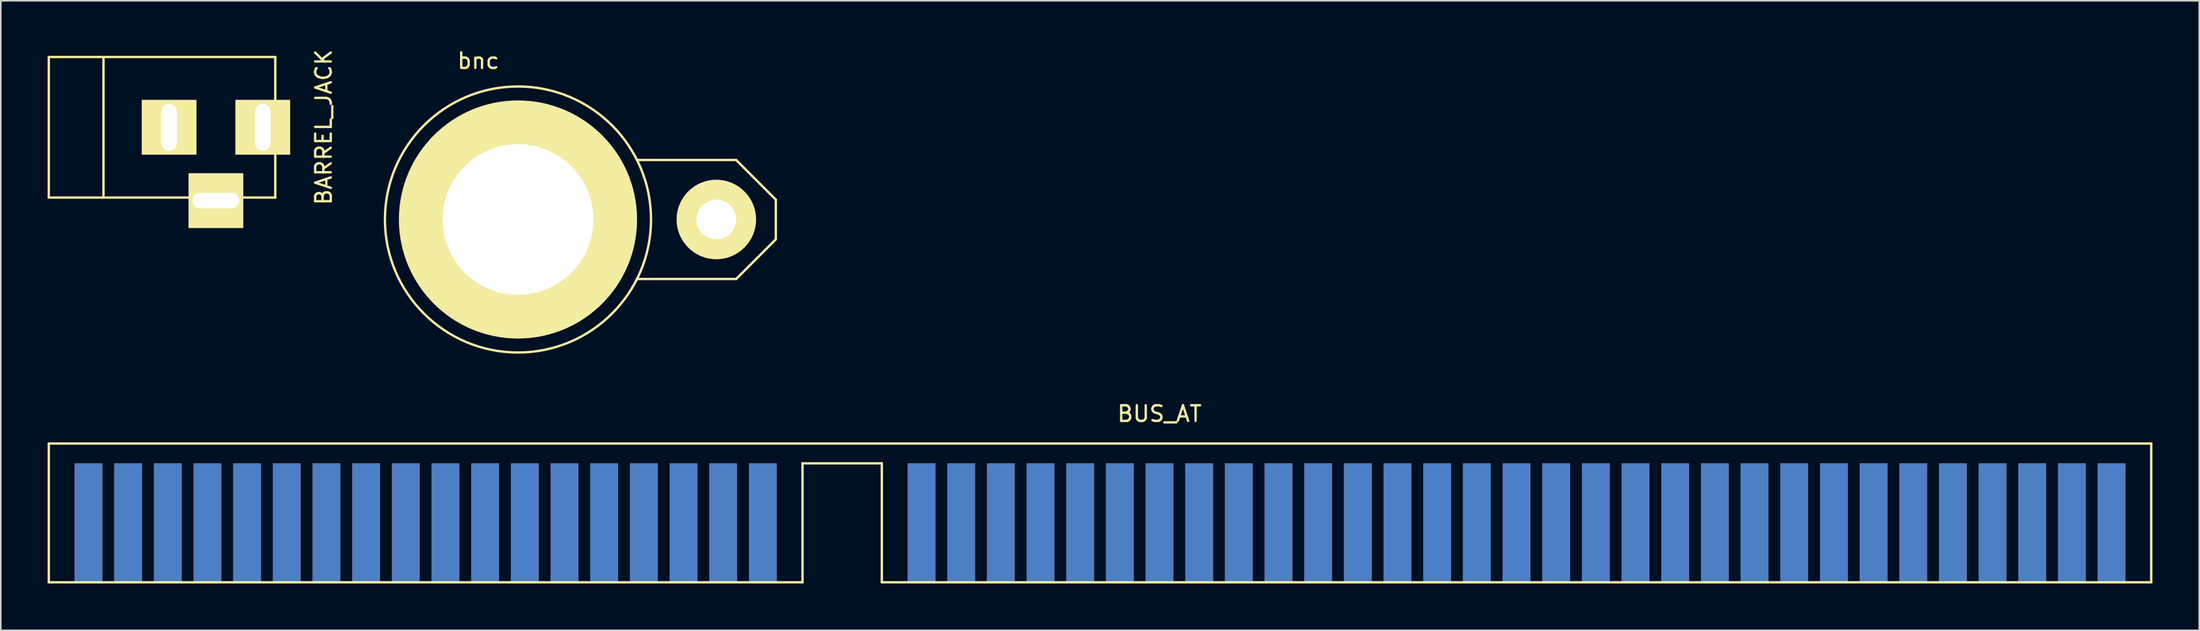
<source format=kicad_pcb>
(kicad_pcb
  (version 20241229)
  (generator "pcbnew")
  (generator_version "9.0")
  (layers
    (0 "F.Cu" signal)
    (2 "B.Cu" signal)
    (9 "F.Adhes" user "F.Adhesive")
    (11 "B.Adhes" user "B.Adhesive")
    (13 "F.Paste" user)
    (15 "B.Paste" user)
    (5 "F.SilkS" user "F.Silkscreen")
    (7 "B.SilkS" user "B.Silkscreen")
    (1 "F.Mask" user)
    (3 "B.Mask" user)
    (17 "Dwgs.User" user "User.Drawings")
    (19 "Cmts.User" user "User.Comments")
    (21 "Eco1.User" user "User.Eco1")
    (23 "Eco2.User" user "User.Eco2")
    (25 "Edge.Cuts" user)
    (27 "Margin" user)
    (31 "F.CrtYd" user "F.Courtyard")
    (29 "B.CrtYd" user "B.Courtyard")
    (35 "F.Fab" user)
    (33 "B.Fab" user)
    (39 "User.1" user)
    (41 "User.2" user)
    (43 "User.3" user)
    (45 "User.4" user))
  (footprint "bnc"
    (layer "F.Cu")
    (at 30.117 11.008)
    (property "Reference" "bnc" (at -2.54 -10.16 0) (layer "F.SilkS") (effects (font (size 1 1) (thickness 0.15))))
    (attr through_hole)
    (fp_line (start 7.62 3.81) (end 13.97 3.81) (stroke (width 0.15) (type solid)) (layer "F.SilkS"))
    (fp_line (start 13.97 -3.81) (end 7.62 -3.81) (stroke (width 0.15) (type solid)) (layer "F.SilkS"))
    (fp_line (start 13.97 3.81) (end 16.51 1.27) (stroke (width 0.15) (type solid)) (layer "F.SilkS"))
    (fp_line (start 16.51 -1.27) (end 13.97 -3.81) (stroke (width 0.15) (type solid)) (layer "F.SilkS"))
    (fp_line (start 16.51 1.27) (end 16.51 -1.27) (stroke (width 0.15) (type solid)) (layer "F.SilkS"))
    (fp_circle (center 0 0) (end 7.62 3.81) (stroke (width 0.15) (type solid)) (fill no) (layer "F.SilkS"))
    (pad "1" thru_hole circle (at 12.7 0) (size 5.08 5.08) (drill 2.54) (layers "*.Cu" "*.Mask" "F.SilkS"))
    (pad "2" thru_hole circle (at 0 0) (size 15.24 15.24) (drill 9.652) (layers "*.Cu" "*.Mask" "F.SilkS")))
  (footprint "BUS_AT"
    (layer "F.Cu")
    (at 94.055 30.436)
    (property "Reference" "BUS_AT" (at -22.86 -6.985 0) (layer "F.SilkS") (effects (font (size 1 1) (thickness 0.15))))
    (attr through_hole)
    (fp_line (start -93.98 -5.08) (end 40.64 -5.08) (stroke (width 0.15) (type solid)) (layer "F.SilkS"))
    (fp_line (start -93.98 3.81) (end -93.98 -5.08) (stroke (width 0.15) (type solid)) (layer "F.SilkS"))
    (fp_line (start -45.72 -3.81) (end -45.72 3.81) (stroke (width 0.15) (type solid)) (layer "F.SilkS"))
    (fp_line (start -45.72 3.81) (end -93.98 3.81) (stroke (width 0.15) (type solid)) (layer "F.SilkS"))
    (fp_line (start -40.64 -3.81) (end -45.72 -3.81) (stroke (width 0.15) (type solid)) (layer "F.SilkS"))
    (fp_line (start -40.64 3.81) (end -40.64 -3.81) (stroke (width 0.15) (type solid)) (layer "F.SilkS"))
    (fp_line (start 40.64 -5.08) (end 40.64 3.81) (stroke (width 0.15) (type solid)) (layer "F.SilkS"))
    (fp_line (start 40.64 3.81) (end -40.64 3.81) (stroke (width 0.15) (type solid)) (layer "F.SilkS"))
    (pad "1" connect rect (at 38.1 0) (size 1.778 7.62) (layers "B.Cu" "B.Mask"))
    (pad "2" connect rect (at 35.56 0) (size 1.778 7.62) (layers "B.Cu" "B.Mask"))
    (pad "3" connect rect (at 33.02 0) (size 1.778 7.62) (layers "B.Cu" "B.Mask"))
    (pad "4" connect rect (at 30.48 0) (size 1.778 7.62) (layers "B.Cu" "B.Mask"))
    (pad "5" connect rect (at 27.94 0) (size 1.778 7.62) (layers "B.Cu" "B.Mask"))
    (pad "6" connect rect (at 25.4 0) (size 1.778 7.62) (layers "B.Cu" "B.Mask"))
    (pad "7" connect rect (at 22.86 0) (size 1.778 7.62) (layers "B.Cu" "B.Mask"))
    (pad "8" connect rect (at 20.32 0) (size 1.778 7.62) (layers "B.Cu" "B.Mask"))
    (pad "9" connect rect (at 17.78 0) (size 1.778 7.62) (layers "B.Cu" "B.Mask"))
    (pad "10" connect rect (at 15.24 0) (size 1.778 7.62) (layers "B.Cu" "B.Mask"))
    (pad "11" connect rect (at 12.7 0) (size 1.778 7.62) (layers "B.Cu" "B.Mask"))
    (pad "12" connect rect (at 10.16 0) (size 1.778 7.62) (layers "B.Cu" "B.Mask"))
    (pad "13" connect rect (at 7.62 0) (size 1.778 7.62) (layers "B.Cu" "B.Mask"))
    (pad "14" connect rect (at 5.08 0) (size 1.778 7.62) (layers "B.Cu" "B.Mask"))
    (pad "15" connect rect (at 2.54 0) (size 1.778 7.62) (layers "B.Cu" "B.Mask"))
    (pad "16" connect rect (at 0 0) (size 1.778 7.62) (layers "B.Cu" "B.Mask"))
    (pad "17" connect rect (at -2.54 0) (size 1.778 7.62) (layers "B.Cu" "B.Mask"))
    (pad "18" connect rect (at -5.08 0) (size 1.778 7.62) (layers "B.Cu" "B.Mask"))
    (pad "19" connect rect (at -7.62 0) (size 1.778 7.62) (layers "B.Cu" "B.Mask"))
    (pad "20" connect rect (at -10.16 0) (size 1.778 7.62) (layers "B.Cu" "B.Mask"))
    (pad "21" connect rect (at -12.7 0) (size 1.778 7.62) (layers "B.Cu" "B.Mask"))
    (pad "22" connect rect (at -15.24 0) (size 1.778 7.62) (layers "B.Cu" "B.Mask"))
    (pad "23" connect rect (at -17.78 0) (size 1.778 7.62) (layers "B.Cu" "B.Mask"))
    (pad "24" connect rect (at -20.32 0) (size 1.778 7.62) (layers "B.Cu" "B.Mask"))
    (pad "25" connect rect (at -22.86 0) (size 1.778 7.62) (layers "B.Cu" "B.Mask"))
    (pad "26" connect rect (at -25.4 0) (size 1.778 7.62) (layers "B.Cu" "B.Mask"))
    (pad "27" connect rect (at -27.94 0) (size 1.778 7.62) (layers "B.Cu" "B.Mask"))
    (pad "28" connect rect (at -30.48 0) (size 1.778 7.62) (layers "B.Cu" "B.Mask"))
    (pad "29" connect rect (at -33.02 0) (size 1.778 7.62) (layers "B.Cu" "B.Mask"))
    (pad "30" connect rect (at -35.56 0) (size 1.778 7.62) (layers "B.Cu" "B.Mask"))
    (pad "31" connect rect (at -38.1 0) (size 1.778 7.62) (layers "B.Cu" "B.Mask"))
    (pad "32" connect rect (at 38.1 0) (size 1.778 7.62) (layers "F.Cu" "F.Mask"))
    (pad "33" connect rect (at 35.56 0) (size 1.778 7.62) (layers "F.Cu" "F.Mask"))
    (pad "34" connect rect (at 33.02 0) (size 1.778 7.62) (layers "F.Cu" "F.Mask"))
    (pad "35" connect rect (at 30.48 0) (size 1.778 7.62) (layers "F.Cu" "F.Mask"))
    (pad "36" connect rect (at 27.94 0) (size 1.778 7.62) (layers "F.Cu" "F.Mask"))
    (pad "37" connect rect (at 25.4 0) (size 1.778 7.62) (layers "F.Cu" "F.Mask"))
    (pad "38" connect rect (at 22.86 0) (size 1.778 7.62) (layers "F.Cu" "F.Mask"))
    (pad "39" connect rect (at 20.32 0) (size 1.778 7.62) (layers "F.Cu" "F.Mask"))
    (pad "40" connect rect (at 17.78 0) (size 1.778 7.62) (layers "F.Cu" "F.Mask"))
    (pad "41" connect rect (at 15.24 0) (size 1.778 7.62) (layers "F.Cu" "F.Mask"))
    (pad "42" connect rect (at 12.7 0) (size 1.778 7.62) (layers "F.Cu" "F.Mask"))
    (pad "43" connect rect (at 10.16 0) (size 1.778 7.62) (layers "F.Cu" "F.Mask"))
    (pad "44" connect rect (at 7.62 0) (size 1.778 7.62) (layers "F.Cu" "F.Mask"))
    (pad "45" connect rect (at 5.08 0) (size 1.778 7.62) (layers "F.Cu" "F.Mask"))
    (pad "46" connect rect (at 2.54 0) (size 1.778 7.62) (layers "F.Cu" "F.Mask"))
    (pad "47" connect rect (at 0 0) (size 1.778 7.62) (layers "F.Cu" "F.Mask"))
    (pad "48" connect rect (at -2.54 0) (size 1.778 7.62) (layers "F.Cu" "F.Mask"))
    (pad "49" connect rect (at -5.08 0) (size 1.778 7.62) (layers "F.Cu" "F.Mask"))
    (pad "50" connect rect (at -7.62 0) (size 1.778 7.62) (layers "F.Cu" "F.Mask"))
    (pad "51" connect rect (at -10.16 0) (size 1.778 7.62) (layers "F.Cu" "F.Mask"))
    (pad "52" connect rect (at -12.7 0) (size 1.778 7.62) (layers "F.Cu" "F.Mask"))
    (pad "53" connect rect (at -15.24 0) (size 1.778 7.62) (layers "F.Cu" "F.Mask"))
    (pad "54" connect rect (at -17.78 0) (size 1.778 7.62) (layers "F.Cu" "F.Mask"))
    (pad "55" connect rect (at -20.32 0) (size 1.778 7.62) (layers "F.Cu" "F.Mask"))
    (pad "56" connect rect (at -22.86 0) (size 1.778 7.62) (layers "F.Cu" "F.Mask"))
    (pad "57" connect rect (at -25.4 0) (size 1.778 7.62) (layers "F.Cu" "F.Mask"))
    (pad "58" connect rect (at -27.94 0) (size 1.778 7.62) (layers "F.Cu" "F.Mask"))
    (pad "59" connect rect (at -30.48 0) (size 1.778 7.62) (layers "F.Cu" "F.Mask"))
    (pad "60" connect rect (at -33.02 0) (size 1.778 7.62) (layers "F.Cu" "F.Mask"))
    (pad "61" connect rect (at -35.56 0) (size 1.778 7.62) (layers "F.Cu" "F.Mask"))
    (pad "62" connect rect (at -38.1 0) (size 1.778 7.62) (layers "F.Cu" "F.Mask"))
    (pad "63" connect rect (at -48.26 0) (size 1.778 7.62) (layers "B.Cu" "B.Mask"))
    (pad "64" connect rect (at -50.8 0) (size 1.778 7.62) (layers "B.Cu" "B.Mask"))
    (pad "65" connect rect (at -53.34 0) (size 1.778 7.62) (layers "B.Cu" "B.Mask"))
    (pad "66" connect rect (at -55.88 0) (size 1.778 7.62) (layers "B.Cu" "B.Mask"))
    (pad "67" connect rect (at -58.42 0) (size 1.778 7.62) (layers "B.Cu" "B.Mask"))
    (pad "68" connect rect (at -60.96 0) (size 1.778 7.62) (layers "B.Cu" "B.Mask"))
    (pad "69" connect rect (at -63.5 0) (size 1.778 7.62) (layers "B.Cu" "B.Mask"))
    (pad "70" connect rect (at -66.04 0) (size 1.778 7.62) (layers "B.Cu" "B.Mask"))
    (pad "71" connect rect (at -68.58 0) (size 1.778 7.62) (layers "B.Cu" "B.Mask"))
    (pad "72" connect rect (at -71.12 0) (size 1.778 7.62) (layers "B.Cu" "B.Mask"))
    (pad "73" connect rect (at -73.66 0) (size 1.778 7.62) (layers "B.Cu" "B.Mask"))
    (pad "74" connect rect (at -76.2 0) (size 1.778 7.62) (layers "B.Cu" "B.Mask"))
    (pad "75" connect rect (at -78.74 0) (size 1.778 7.62) (layers "B.Cu" "B.Mask"))
    (pad "76" connect rect (at -81.28 0) (size 1.778 7.62) (layers "B.Cu" "B.Mask"))
    (pad "77" connect rect (at -83.82 0) (size 1.778 7.62) (layers "B.Cu" "B.Mask"))
    (pad "78" connect rect (at -86.36 0) (size 1.778 7.62) (layers "B.Cu" "B.Mask"))
    (pad "79" connect rect (at -88.9 0) (size 1.778 7.62) (layers "B.Cu" "B.Mask"))
    (pad "80" connect rect (at -91.44 0) (size 1.778 7.62) (layers "B.Cu" "B.Mask"))
    (pad "81" connect rect (at -48.26 0) (size 1.778 7.62) (layers "F.Cu" "F.Mask"))
    (pad "82" connect rect (at -50.8 0) (size 1.778 7.62) (layers "F.Cu" "F.Mask"))
    (pad "83" connect rect (at -53.34 0) (size 1.778 7.62) (layers "F.Cu" "F.Mask"))
    (pad "84" connect rect (at -55.88 0) (size 1.778 7.62) (layers "F.Cu" "F.Mask"))
    (pad "85" connect rect (at -58.42 0) (size 1.778 7.62) (layers "F.Cu" "F.Mask"))
    (pad "86" connect rect (at -60.96 0) (size 1.778 7.62) (layers "F.Cu" "F.Mask"))
    (pad "87" connect rect (at -63.5 0) (size 1.778 7.62) (layers "F.Cu" "F.Mask"))
    (pad "88" connect rect (at -66.04 0) (size 1.778 7.62) (layers "F.Cu" "F.Mask"))
    (pad "89" connect rect (at -68.58 0) (size 1.778 7.62) (layers "F.Cu" "F.Mask"))
    (pad "90" connect rect (at -71.12 0) (size 1.778 7.62) (layers "F.Cu" "F.Mask"))
    (pad "91" connect rect (at -73.66 0) (size 1.778 7.62) (layers "F.Cu" "F.Mask"))
    (pad "92" connect rect (at -76.2 0) (size 1.778 7.62) (layers "F.Cu" "F.Mask"))
    (pad "93" connect rect (at -78.74 0) (size 1.778 7.62) (layers "F.Cu" "F.Mask"))
    (pad "94" connect rect (at -81.28 0) (size 1.778 7.62) (layers "F.Cu" "F.Mask"))
    (pad "95" connect rect (at -83.82 0) (size 1.778 7.62) (layers "F.Cu" "F.Mask"))
    (pad "96" connect rect (at -86.36 0) (size 1.778 7.62) (layers "F.Cu" "F.Mask"))
    (pad "97" connect rect (at -88.9 0) (size 1.778 7.62) (layers "F.Cu" "F.Mask"))
    (pad "98" connect rect (at -91.44 0) (size 1.778 7.62) (layers "F.Cu" "F.Mask")))
  (footprint "BARREL_JACK"
    (layer "F.Cu")
    (at 7.576 5.101)
    (property "Reference" "BARREL_JACK" (at 10.099 0 90) (layer "F.SilkS") (effects (font (size 1 1) (thickness 0.15))))
    (attr through_hole)
    (fp_line (start -7.501 -4.501) (end -7.501 4.501) (stroke (width 0.15) (type solid)) (layer "F.SilkS"))
    (fp_line (start -7.501 4.501) (end 7 4.501) (stroke (width 0.15) (type solid)) (layer "F.SilkS"))
    (fp_line (start -4 -4.501) (end -4 4.501) (stroke (width 0.15) (type solid)) (layer "F.SilkS"))
    (fp_line (start 7 -4.501) (end -7.501 -4.501) (stroke (width 0.15) (type solid)) (layer "F.SilkS"))
    (fp_line (start 7 4.501) (end 7 -4.501) (stroke (width 0.15) (type solid)) (layer "F.SilkS"))
    (pad "1" thru_hole rect (at 6.2 0) (size 3.5 3.5) (drill oval 1.001 3) (layers "*.Cu" "*.Mask" "F.SilkS"))
    (pad "2" thru_hole rect (at 0.201 0) (size 3.5 3.5) (drill oval 1.001 3) (layers "*.Cu" "*.Mask" "F.SilkS"))
    (pad "3" thru_hole rect (at 3.2 4.699) (size 3.5 3.5) (drill oval 3 1.001) (layers "*.Cu" "*.Mask" "F.SilkS")))
  (gr_rect
    (start -3 -3)
    (end 137.77 37.321)
    (stroke (width 0.1) (type default))
    (fill no)
    (layer "Edge.Cuts")))
</source>
